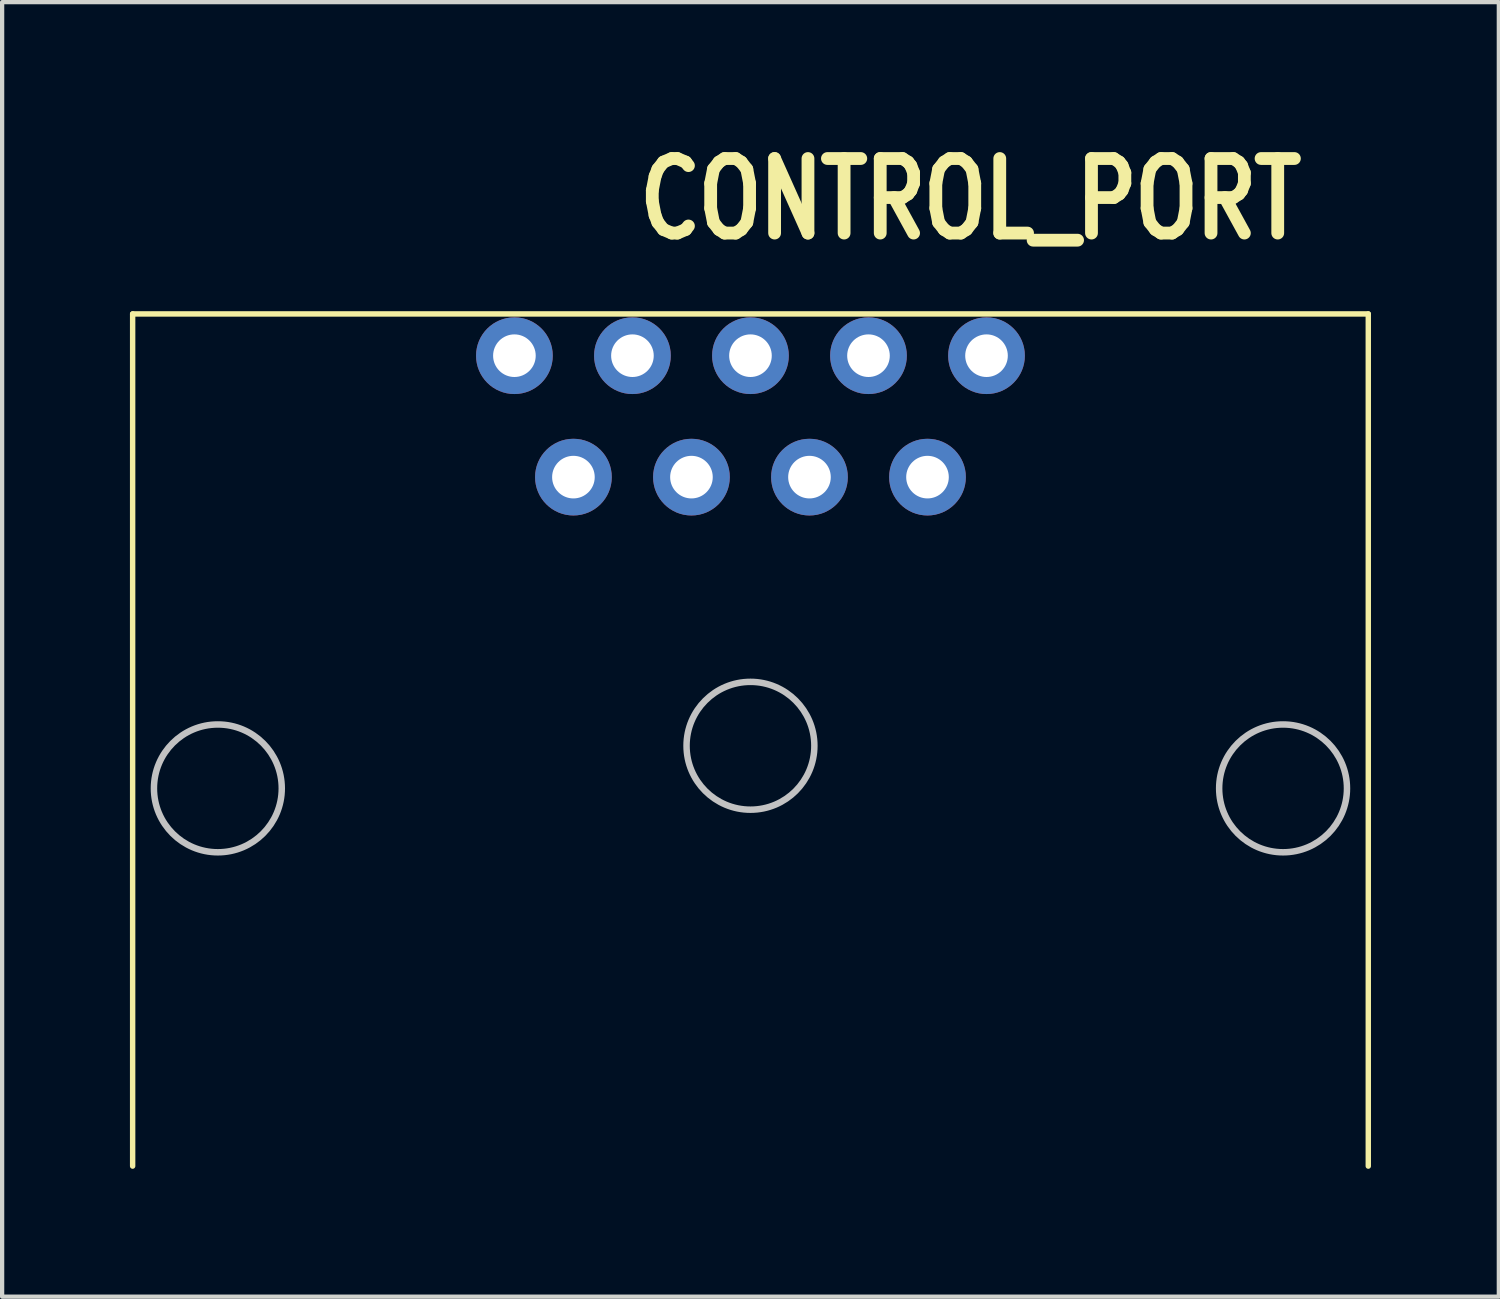
<source format=kicad_pcb>
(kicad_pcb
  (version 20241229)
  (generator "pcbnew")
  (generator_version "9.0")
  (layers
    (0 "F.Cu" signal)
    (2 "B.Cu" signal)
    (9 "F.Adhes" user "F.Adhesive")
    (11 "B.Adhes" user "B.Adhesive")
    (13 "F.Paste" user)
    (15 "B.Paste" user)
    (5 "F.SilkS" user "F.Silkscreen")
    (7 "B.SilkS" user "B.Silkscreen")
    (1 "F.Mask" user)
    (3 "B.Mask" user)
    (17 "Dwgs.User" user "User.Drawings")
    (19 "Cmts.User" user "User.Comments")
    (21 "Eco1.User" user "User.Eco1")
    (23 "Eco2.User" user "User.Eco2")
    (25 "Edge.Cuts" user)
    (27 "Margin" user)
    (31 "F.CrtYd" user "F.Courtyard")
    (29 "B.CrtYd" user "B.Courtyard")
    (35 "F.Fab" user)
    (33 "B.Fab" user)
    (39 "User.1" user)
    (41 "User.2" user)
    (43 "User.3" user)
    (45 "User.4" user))
  (footprint "CONTROL_PORT"
    (layer "F.Cu")
    (at 14.563 6.723)
    (property "Reference" "CONTROL_PORT" (at -2.762 -4.073 0) (layer "F.SilkS") (effects (font (size 1.75 1.37) (thickness 0.3)) (justify left bottom)))
    (attr through_hole)
    (fp_line (start -14.5 -2.405) (end 14.5 -2.405) (stroke (width 0.127) (type solid)) (layer "F.SilkS"))
    (fp_line (start -14.5 17.595) (end -14.5 -2.405) (stroke (width 0.127) (type solid)) (layer "F.SilkS"))
    (fp_line (start 14.5 -2.405) (end 14.5 17.595) (stroke (width 0.127) (type solid)) (layer "F.SilkS"))
    (fp_circle (center -12.5 8.73) (end -11 8.73) (stroke (width 0.152) (type solid)) (fill no) (layer "Dwgs.User"))
    (fp_circle (center 0 7.73) (end 1.5 7.73) (stroke (width 0.152) (type solid)) (fill no) (layer "Dwgs.User"))
    (fp_circle (center 12.5 8.73) (end 14 8.73) (stroke (width 0.152) (type solid)) (fill no) (layer "Dwgs.User"))
    (pad "1" thru_hole circle (at -5.54 -1.425) (size 1.8 1.8) (drill 1) (layers "*.Cu" "*.Mask"))
    (pad "2" thru_hole circle (at -2.77 -1.425) (size 1.8 1.8) (drill 1) (layers "*.Cu" "*.Mask"))
    (pad "3" thru_hole circle (at 0 -1.425) (size 1.8 1.8) (drill 1) (layers "*.Cu" "*.Mask"))
    (pad "4" thru_hole circle (at 2.77 -1.425) (size 1.8 1.8) (drill 1) (layers "*.Cu" "*.Mask"))
    (pad "5" thru_hole circle (at 5.54 -1.425) (size 1.8 1.8) (drill 1) (layers "*.Cu" "*.Mask"))
    (pad "6" thru_hole circle (at -4.155 1.425) (size 1.8 1.8) (drill 1) (layers "*.Cu" "*.Mask"))
    (pad "7" thru_hole circle (at -1.385 1.425) (size 1.8 1.8) (drill 1) (layers "*.Cu" "*.Mask"))
    (pad "8" thru_hole circle (at 1.385 1.425) (size 1.8 1.8) (drill 1) (layers "*.Cu" "*.Mask"))
    (pad "9" thru_hole circle (at 4.155 1.425) (size 1.8 1.8) (drill 1) (layers "*.Cu" "*.Mask")))
  (gr_rect
    (start -3 -3)
    (end 32.127 27.382)
    (stroke (width 0.1) (type default))
    (fill no)
    (layer "Edge.Cuts")))
</source>
